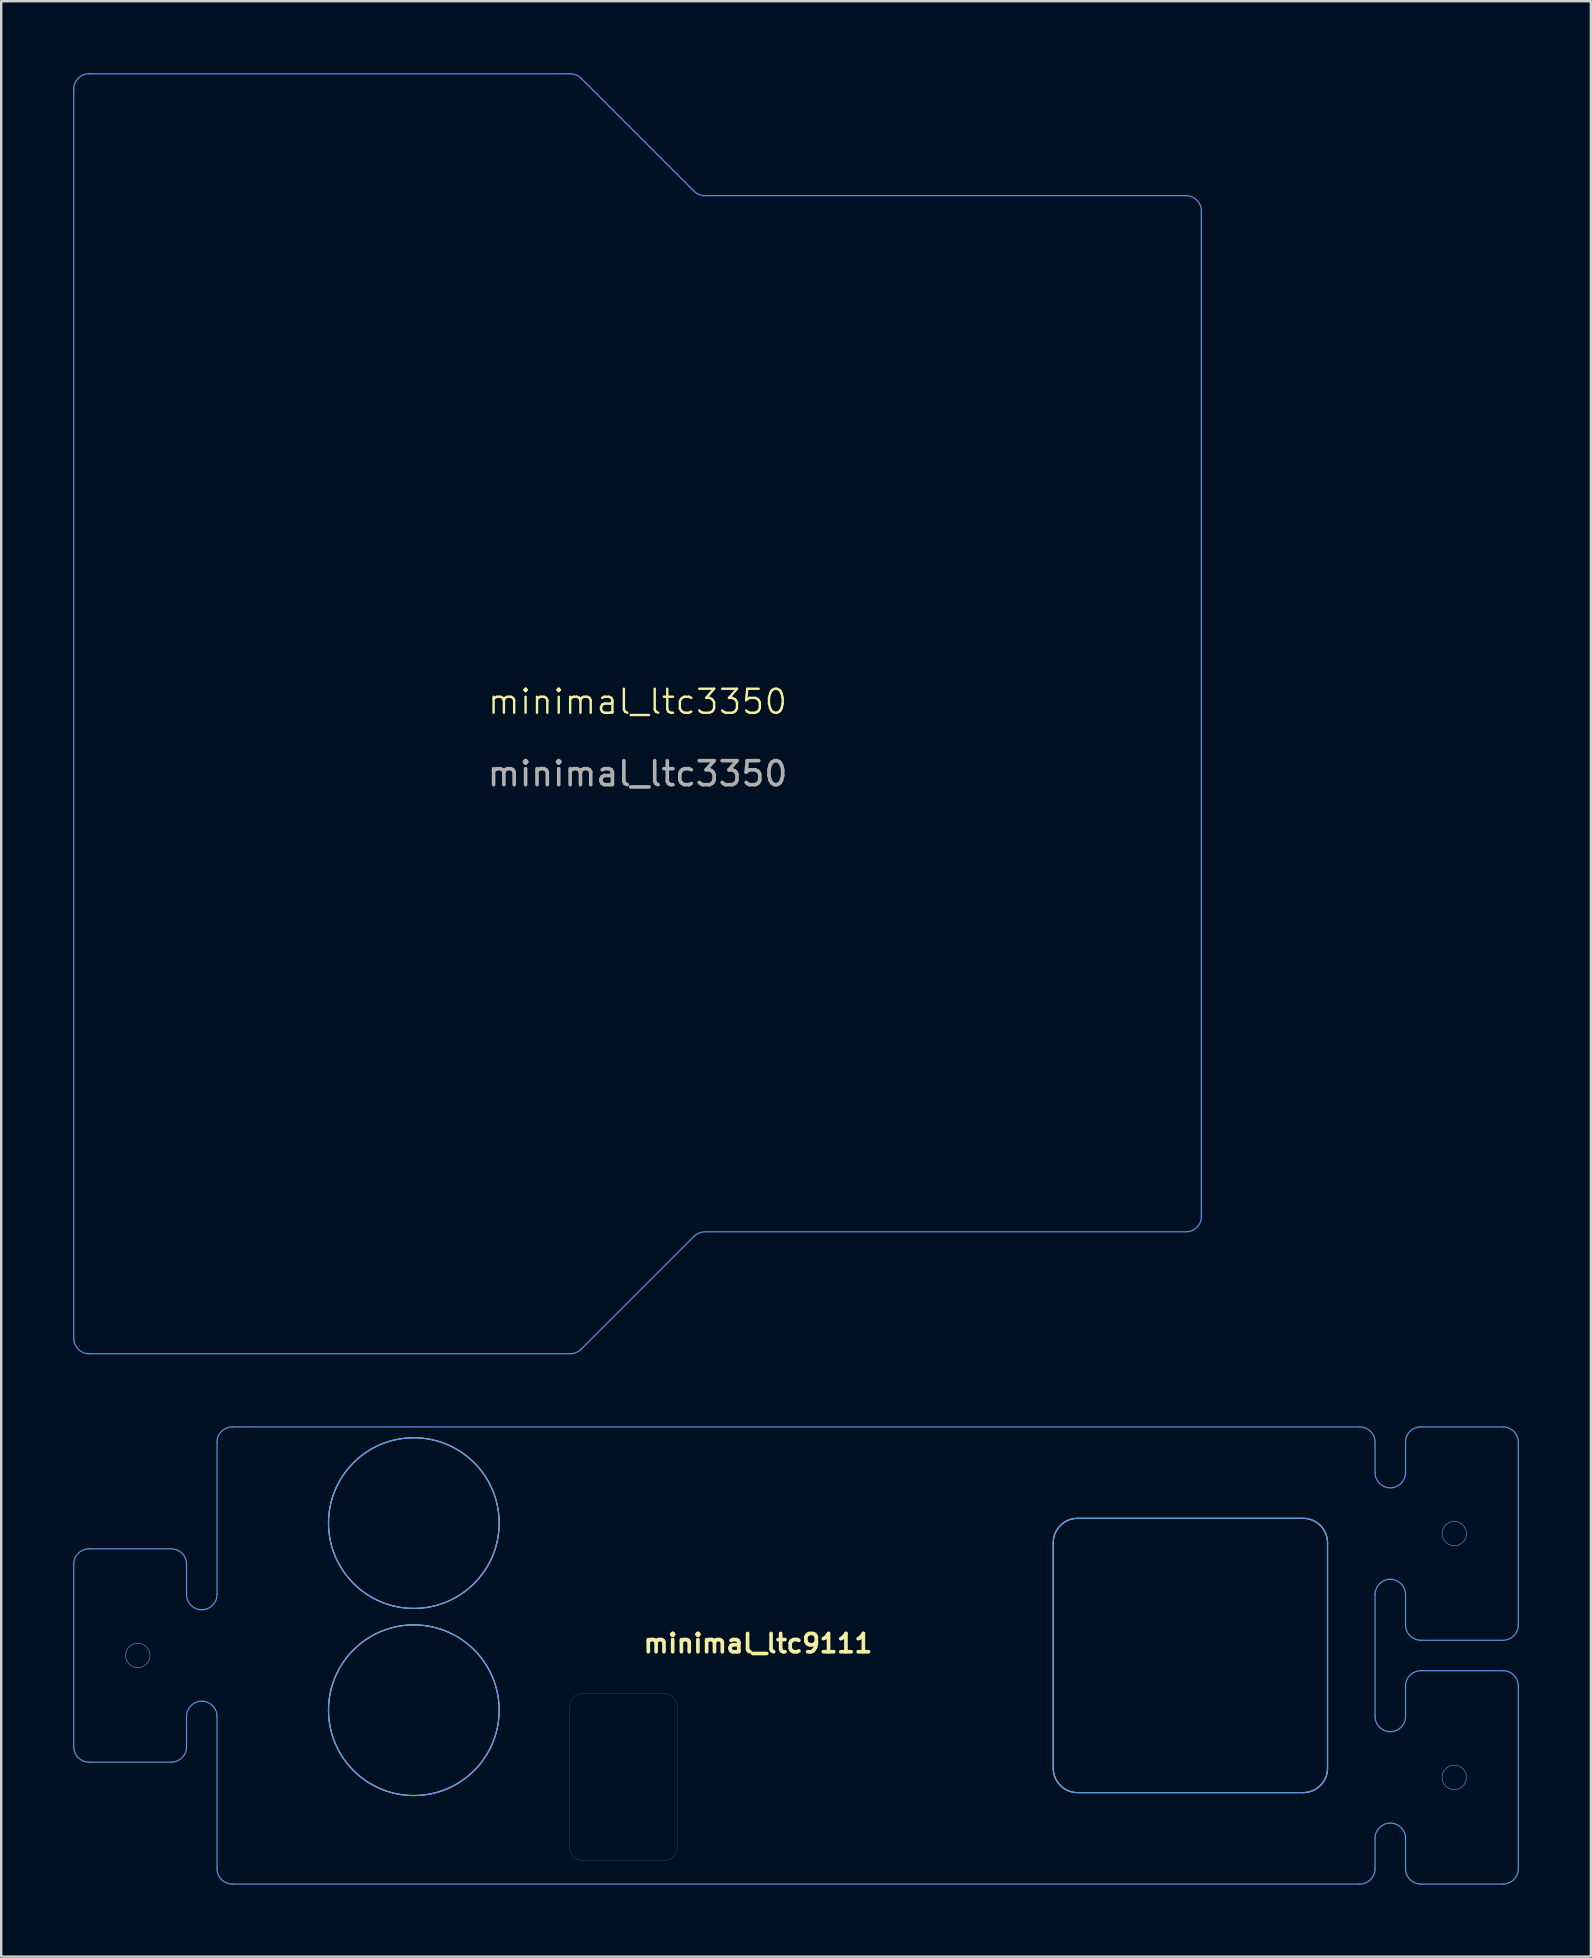
<source format=kicad_pcb>
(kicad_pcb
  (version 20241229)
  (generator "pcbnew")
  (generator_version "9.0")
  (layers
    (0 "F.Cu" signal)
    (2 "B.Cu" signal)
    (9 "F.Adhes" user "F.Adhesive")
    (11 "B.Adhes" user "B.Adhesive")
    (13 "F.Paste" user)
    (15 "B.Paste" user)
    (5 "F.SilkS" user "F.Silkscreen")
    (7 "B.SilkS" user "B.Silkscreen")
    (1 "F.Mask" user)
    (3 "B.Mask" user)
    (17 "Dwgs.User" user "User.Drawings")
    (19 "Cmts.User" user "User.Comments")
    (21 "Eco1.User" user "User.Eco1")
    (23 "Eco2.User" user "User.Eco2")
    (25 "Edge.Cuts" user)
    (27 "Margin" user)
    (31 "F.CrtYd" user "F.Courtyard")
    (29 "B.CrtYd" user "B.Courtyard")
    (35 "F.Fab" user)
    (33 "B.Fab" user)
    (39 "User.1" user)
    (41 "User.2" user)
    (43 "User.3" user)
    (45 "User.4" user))
  (footprint "minimal_ltc9111"
    (layer "F.Cu")
    (at 30.124 65.94)
    (property "Reference" "minimal_ltc9111" (at -1.585 -0.5 0) (unlocked yes) (layer "F.SilkS") (effects (font (size 0.762 0.762) (thickness 0.152) (bold yes))))
    (fp_line (start -30.099 3.81) (end -30.099 -3.81) (stroke (width 0.05) (type default)) (layer "Cmts.User"))
    (fp_line (start -29.464 -4.445) (end -26.035 -4.445) (stroke (width 0.05) (type default)) (layer "Cmts.User"))
    (fp_line (start -26.035 4.445) (end -29.464 4.445) (stroke (width 0.05) (type default)) (layer "Cmts.User"))
    (fp_line (start -25.4 -3.81) (end -25.4 -2.54) (stroke (width 0.05) (type default)) (layer "Cmts.User"))
    (fp_line (start -25.4 3.81) (end -25.4 2.54) (stroke (width 0.05) (type default)) (layer "Cmts.User"))
    (fp_line (start -24.13 -2.54) (end -24.13 -8.89) (stroke (width 0.05) (type default)) (layer "Cmts.User"))
    (fp_line (start -24.13 2.54) (end -24.13 8.89) (stroke (width 0.05) (type default)) (layer "Cmts.User"))
    (fp_line (start -23.495 -9.525) (end 23.495 -9.525) (stroke (width 0.05) (type default)) (layer "Cmts.User"))
    (fp_line (start 10.719 4.699) (end 10.719 -4.699) (stroke (width 0.05) (type default)) (layer "Cmts.User"))
    (fp_line (start 11.735 -5.715) (end 21.133 -5.715) (stroke (width 0.05) (type default)) (layer "Cmts.User"))
    (fp_line (start 21.133 5.715) (end 11.735 5.715) (stroke (width 0.05) (type default)) (layer "Cmts.User"))
    (fp_line (start 22.149 -4.699) (end 22.149 4.699) (stroke (width 0.05) (type default)) (layer "Cmts.User"))
    (fp_line (start 23.495 9.525) (end -23.495 9.525) (stroke (width 0.05) (type default)) (layer "Cmts.User"))
    (fp_line (start 24.13 -7.62) (end 24.13 -8.89) (stroke (width 0.05) (type default)) (layer "Cmts.User"))
    (fp_line (start 24.13 2.54) (end 24.13 -2.54) (stroke (width 0.05) (type default)) (layer "Cmts.User"))
    (fp_line (start 24.13 7.62) (end 24.13 8.89) (stroke (width 0.05) (type default)) (layer "Cmts.User"))
    (fp_line (start 25.4 -7.62) (end 25.4 -8.89) (stroke (width 0.05) (type default)) (layer "Cmts.User"))
    (fp_line (start 25.4 -2.54) (end 25.4 -1.27) (stroke (width 0.05) (type default)) (layer "Cmts.User"))
    (fp_line (start 25.4 1.27) (end 25.4 2.54) (stroke (width 0.05) (type default)) (layer "Cmts.User"))
    (fp_line (start 25.4 7.62) (end 25.4 8.89) (stroke (width 0.05) (type default)) (layer "Cmts.User"))
    (fp_line (start 26.035 -9.525) (end 29.464 -9.525) (stroke (width 0.05) (type default)) (layer "Cmts.User"))
    (fp_line (start 26.035 9.525) (end 29.464 9.525) (stroke (width 0.05) (type default)) (layer "Cmts.User"))
    (fp_line (start 29.464 -0.635) (end 26.035 -0.635) (stroke (width 0.05) (type default)) (layer "Cmts.User"))
    (fp_line (start 29.464 0.635) (end 26.035 0.635) (stroke (width 0.05) (type default)) (layer "Cmts.User"))
    (fp_line (start 30.099 -8.89) (end 30.099 -1.27) (stroke (width 0.05) (type default)) (layer "Cmts.User"))
    (fp_line (start 30.099 8.89) (end 30.099 1.27) (stroke (width 0.05) (type default)) (layer "Cmts.User"))
    (fp_arc (start -30.099 -3.81) (mid -29.913013 -4.259013) (end -29.464 -4.445) (stroke (width 0.05) (type default)) (layer "Cmts.User"))
    (fp_arc (start -29.464 4.445) (mid -29.913013 4.259013) (end -30.099 3.81) (stroke (width 0.05) (type default)) (layer "Cmts.User"))
    (fp_arc (start -26.035 -4.445) (mid -25.585987 -4.259013) (end -25.4 -3.81) (stroke (width 0.05) (type default)) (layer "Cmts.User"))
    (fp_arc (start -25.4 2.54) (mid -25.214013 2.090987) (end -24.765 1.905) (stroke (width 0.05) (type default)) (layer "Cmts.User"))
    (fp_arc (start -25.4 3.81) (mid -25.585987 4.259013) (end -26.035 4.445) (stroke (width 0.05) (type default)) (layer "Cmts.User"))
    (fp_arc (start -24.765 -1.905) (mid -25.214013 -2.090987) (end -25.4 -2.54) (stroke (width 0.05) (type default)) (layer "Cmts.User"))
    (fp_arc (start -24.765 1.905) (mid -24.315987 2.090987) (end -24.13 2.54) (stroke (width 0.05) (type default)) (layer "Cmts.User"))
    (fp_arc (start -24.13 -8.89) (mid -23.944013 -9.339013) (end -23.495 -9.525) (stroke (width 0.05) (type default)) (layer "Cmts.User"))
    (fp_arc (start -24.13 -2.54) (mid -24.315987 -2.090987) (end -24.765 -1.905) (stroke (width 0.05) (type default)) (layer "Cmts.User"))
    (fp_arc (start -23.495 9.525) (mid -23.944013 9.339013) (end -24.13 8.89) (stroke (width 0.05) (type default)) (layer "Cmts.User"))
    (fp_arc (start 10.7188 -4.699) (mid 11.01638 -5.41742) (end 11.7348 -5.715) (stroke (width 0.05) (type default)) (layer "Cmts.User"))
    (fp_arc (start 11.7348 5.715) (mid 11.01638 5.41742) (end 10.7188 4.699) (stroke (width 0.05) (type default)) (layer "Cmts.User"))
    (fp_arc (start 21.1328 -5.715) (mid 21.85122 -5.41742) (end 22.1488 -4.699) (stroke (width 0.05) (type default)) (layer "Cmts.User"))
    (fp_arc (start 22.1488 4.699) (mid 21.85122 5.41742) (end 21.1328 5.715) (stroke (width 0.05) (type default)) (layer "Cmts.User"))
    (fp_arc (start 23.495 -9.525) (mid 23.944013 -9.339013) (end 24.13 -8.89) (stroke (width 0.05) (type default)) (layer "Cmts.User"))
    (fp_arc (start 24.13 -2.54) (mid 24.315987 -2.989013) (end 24.765 -3.175) (stroke (width 0.05) (type default)) (layer "Cmts.User"))
    (fp_arc (start 24.13 7.62) (mid 24.315987 7.170987) (end 24.765 6.985) (stroke (width 0.05) (type default)) (layer "Cmts.User"))
    (fp_arc (start 24.13 8.89) (mid 23.944013 9.339013) (end 23.495 9.525) (stroke (width 0.05) (type default)) (layer "Cmts.User"))
    (fp_arc (start 24.765 -6.985) (mid 24.315987 -7.170987) (end 24.13 -7.62) (stroke (width 0.05) (type default)) (layer "Cmts.User"))
    (fp_arc (start 24.765 -3.175) (mid 25.214013 -2.989013) (end 25.4 -2.54) (stroke (width 0.05) (type default)) (layer "Cmts.User"))
    (fp_arc (start 24.765 3.175) (mid 24.315987 2.989013) (end 24.13 2.54) (stroke (width 0.05) (type default)) (layer "Cmts.User"))
    (fp_arc (start 24.765 6.985) (mid 25.214013 7.170987) (end 25.4 7.62) (stroke (width 0.05) (type default)) (layer "Cmts.User"))
    (fp_arc (start 25.4 -8.89) (mid 25.585987 -9.339013) (end 26.035 -9.525) (stroke (width 0.05) (type default)) (layer "Cmts.User"))
    (fp_arc (start 25.4 -7.62) (mid 25.214013 -7.170987) (end 24.765 -6.985) (stroke (width 0.05) (type default)) (layer "Cmts.User"))
    (fp_arc (start 25.4 1.27) (mid 25.585987 0.820987) (end 26.035 0.635) (stroke (width 0.05) (type default)) (layer "Cmts.User"))
    (fp_arc (start 25.4 2.54) (mid 25.214013 2.989013) (end 24.765 3.175) (stroke (width 0.05) (type default)) (layer "Cmts.User"))
    (fp_arc (start 26.035 -0.635) (mid 25.585987 -0.820987) (end 25.4 -1.27) (stroke (width 0.05) (type default)) (layer "Cmts.User"))
    (fp_arc (start 26.035 9.525) (mid 25.585987 9.339013) (end 25.4 8.89) (stroke (width 0.05) (type default)) (layer "Cmts.User"))
    (fp_arc (start 29.464 -9.525) (mid 29.913013 -9.339013) (end 30.099 -8.89) (stroke (width 0.05) (type default)) (layer "Cmts.User"))
    (fp_arc (start 29.464 0.635) (mid 29.913013 0.820987) (end 30.099 1.27) (stroke (width 0.05) (type default)) (layer "Cmts.User"))
    (fp_arc (start 30.099 -1.27) (mid 29.913013 -0.820987) (end 29.464 -0.635) (stroke (width 0.05) (type default)) (layer "Cmts.User"))
    (fp_arc (start 30.099 8.89) (mid 29.913013 9.339013) (end 29.464 9.525) (stroke (width 0.05) (type default)) (layer "Cmts.User"))
    (fp_circle (center -27.432 0) (end -26.924 0) (stroke (width 0.025) (type default)) (fill no) (layer "Cmts.User"))
    (fp_circle (center -15.928 -5.517) (end -12.372 -5.517) (stroke (width 0.05) (type default)) (fill no) (layer "Cmts.User"))
    (fp_circle (center -15.928 2.281) (end -12.372 2.281) (stroke (width 0.05) (type default)) (fill no) (layer "Cmts.User"))
    (fp_circle (center 27.432 -5.08) (end 27.94 -5.08) (stroke (width 0.025) (type default)) (fill no) (layer "Cmts.User"))
    (fp_circle (center 27.432 5.08) (end 27.94 5.08) (stroke (width 0.025) (type default)) (fill no) (layer "Cmts.User"))
    (fp_line (start 10.719 4.699) (end 10.719 -4.699) (stroke (width 0.05) (type solid)) (layer "Edge.Cuts"))
    (fp_line (start 11.735 -5.715) (end 21.133 -5.715) (stroke (width 0.05) (type solid)) (layer "Edge.Cuts"))
    (fp_line (start 21.133 5.715) (end 11.735 5.715) (stroke (width 0.05) (type solid)) (layer "Edge.Cuts"))
    (fp_line (start 22.149 -4.699) (end 22.149 4.699) (stroke (width 0.05) (type solid)) (layer "Edge.Cuts"))
    (fp_arc (start 10.7188 -4.699) (mid 11.01638 -5.41742) (end 11.7348 -5.715) (stroke (width 0.05) (type solid)) (layer "Edge.Cuts"))
    (fp_arc (start 11.7348 5.715) (mid 11.01638 5.41742) (end 10.7188 4.699) (stroke (width 0.05) (type solid)) (layer "Edge.Cuts"))
    (fp_arc (start 21.1328 -5.715) (mid 21.85122 -5.41742) (end 22.1488 -4.699) (stroke (width 0.05) (type solid)) (layer "Edge.Cuts"))
    (fp_arc (start 22.1488 4.699) (mid 21.85122 5.41742) (end 21.1328 5.715) (stroke (width 0.05) (type solid)) (layer "Edge.Cuts"))
    (fp_circle (center -15.928 -5.517) (end -12.372 -5.517) (stroke (width 0.05) (type solid)) (fill no) (layer "Edge.Cuts"))
    (fp_circle (center -15.928 2.281) (end -12.372 2.281) (stroke (width 0.05) (type solid)) (fill no) (layer "Edge.Cuts"))
    (fp_line (start -9.423 8.026) (end -9.423 2.108) (stroke (width 0.006) (type default)) (layer "B.CrtYd"))
    (fp_line (start -8.915 1.6) (end -5.461 1.6) (stroke (width 0.006) (type default)) (layer "B.CrtYd"))
    (fp_line (start -5.461 8.534) (end -8.915 8.534) (stroke (width 0.006) (type default)) (layer "B.CrtYd"))
    (fp_line (start -4.953 2.108) (end -4.953 8.026) (stroke (width 0.006) (type default)) (layer "B.CrtYd"))
    (fp_line (start 10.719 4.699) (end 10.719 -4.699) (stroke (width 0.006) (type default)) (layer "B.CrtYd"))
    (fp_line (start 11.735 -5.715) (end 21.133 -5.715) (stroke (width 0.006) (type default)) (layer "B.CrtYd"))
    (fp_line (start 21.133 5.715) (end 11.735 5.715) (stroke (width 0.006) (type default)) (layer "B.CrtYd"))
    (fp_line (start 22.149 -4.699) (end 22.149 4.699) (stroke (width 0.006) (type default)) (layer "B.CrtYd"))
    (fp_arc (start -9.4234 2.1082) (mid -9.27461 1.74899) (end -8.9154 1.6002) (stroke (width 0.00635) (type default)) (layer "B.CrtYd"))
    (fp_arc (start -8.9154 8.5344) (mid -9.27461 8.38561) (end -9.4234 8.0264) (stroke (width 0.00635) (type default)) (layer "B.CrtYd"))
    (fp_arc (start -5.461 1.6002) (mid -5.10179 1.74899) (end -4.953 2.1082) (stroke (width 0.00635) (type default)) (layer "B.CrtYd"))
    (fp_arc (start -4.953 8.0264) (mid -5.10179 8.38561) (end -5.461 8.5344) (stroke (width 0.00635) (type default)) (layer "B.CrtYd"))
    (fp_arc (start 10.7188 -4.699) (mid 11.01638 -5.41742) (end 11.7348 -5.715) (stroke (width 0.00635) (type default)) (layer "B.CrtYd"))
    (fp_arc (start 11.7348 5.715) (mid 11.01638 5.41742) (end 10.7188 4.699) (stroke (width 0.00635) (type default)) (layer "B.CrtYd"))
    (fp_arc (start 21.1328 -5.715) (mid 21.85122 -5.41742) (end 22.1488 -4.699) (stroke (width 0.00635) (type default)) (layer "B.CrtYd"))
    (fp_arc (start 22.1488 4.699) (mid 21.85122 5.41742) (end 21.1328 5.715) (stroke (width 0.00635) (type default)) (layer "B.CrtYd"))
    (fp_circle (center -15.928 -5.517) (end -12.372 -5.517) (stroke (width 0.006) (type default)) (fill no) (layer "B.CrtYd"))
    (fp_circle (center -15.928 2.281) (end -12.372 2.281) (stroke (width 0.006) (type default)) (fill no) (layer "B.CrtYd"))
    (fp_line (start 10.719 4.699) (end 10.719 -4.699) (stroke (width 0.006) (type default)) (layer "F.CrtYd"))
    (fp_line (start 11.735 -5.715) (end 21.133 -5.715) (stroke (width 0.006) (type default)) (layer "F.CrtYd"))
    (fp_line (start 21.133 5.715) (end 11.735 5.715) (stroke (width 0.006) (type default)) (layer "F.CrtYd"))
    (fp_line (start 22.149 -4.699) (end 22.149 4.699) (stroke (width 0.006) (type default)) (layer "F.CrtYd"))
    (fp_arc (start 10.7188 -4.699) (mid 11.01638 -5.41742) (end 11.7348 -5.715) (stroke (width 0.00635) (type default)) (layer "F.CrtYd"))
    (fp_arc (start 11.7348 5.715) (mid 11.01638 5.41742) (end 10.7188 4.699) (stroke (width 0.00635) (type default)) (layer "F.CrtYd"))
    (fp_arc (start 21.1328 -5.715) (mid 21.85122 -5.41742) (end 22.1488 -4.699) (stroke (width 0.00635) (type default)) (layer "F.CrtYd"))
    (fp_arc (start 22.1488 4.699) (mid 21.85122 5.41742) (end 21.1328 5.715) (stroke (width 0.00635) (type default)) (layer "F.CrtYd"))
    (fp_circle (center -15.928 -5.517) (end -12.372 -5.517) (stroke (width 0.006) (type default)) (fill no) (layer "F.CrtYd"))
    (fp_circle (center -15.928 2.281) (end -12.372 2.281) (stroke (width 0.006) (type default)) (fill no) (layer "F.CrtYd")))
  (footprint "minimal_ltc3350"
    (layer "F.Cu")
    (at 23.52 26.695)
    (property "Reference" "minimal_ltc3350" (at 0 -0.5 0) (unlocked yes) (layer "F.SilkS") (effects (font (size 1 1) (thickness 0.1))))
    (fp_line (start -23.495 26.035) (end -23.495 -26.035) (stroke (width 0.05) (type default)) (layer "Cmts.User"))
    (fp_line (start -22.86 -26.67) (end -2.803 -26.67) (stroke (width 0.05) (type default)) (layer "Cmts.User"))
    (fp_line (start -2.803 26.67) (end -22.86 26.67) (stroke (width 0.05) (type default)) (layer "Cmts.User"))
    (fp_line (start 2.354 -21.776) (end -2.354 -26.484) (stroke (width 0.05) (type default)) (layer "Cmts.User"))
    (fp_line (start 2.354 21.776) (end -2.354 26.484) (stroke (width 0.05) (type default)) (layer "Cmts.User"))
    (fp_line (start 22.86 -21.59) (end 2.803 -21.59) (stroke (width 0.05) (type default)) (layer "Cmts.User"))
    (fp_line (start 22.86 21.59) (end 2.803 21.59) (stroke (width 0.05) (type default)) (layer "Cmts.User"))
    (fp_line (start 23.495 -20.955) (end 23.495 20.955) (stroke (width 0.05) (type solid)) (layer "Cmts.User"))
    (fp_arc (start -23.495 -26.035) (mid -23.309013 -26.484013) (end -22.86 -26.67) (stroke (width 0.05) (type default)) (layer "Cmts.User"))
    (fp_arc (start -22.86 26.67) (mid -23.309013 26.484013) (end -23.495 26.035) (stroke (width 0.05) (type default)) (layer "Cmts.User"))
    (fp_arc (start -2.803026 -26.67) (mid -2.560017 -26.621672) (end -2.354013 -26.484013) (stroke (width 0.05) (type default)) (layer "Cmts.User"))
    (fp_arc (start -2.354013 26.484013) (mid -2.560023 26.621655) (end -2.803026 26.67) (stroke (width 0.05) (type default)) (layer "Cmts.User"))
    (fp_arc (start 2.354013 21.775987) (mid 2.560023 21.638345) (end 2.803026 21.59) (stroke (width 0.05) (type default)) (layer "Cmts.User"))
    (fp_arc (start 2.803026 -21.59) (mid 2.560022 -21.638336) (end 2.354013 -21.775987) (stroke (width 0.05) (type default)) (layer "Cmts.User"))
    (fp_arc (start 22.86 -21.59) (mid 23.309013 -21.404013) (end 23.495 -20.955) (stroke (width 0.05) (type default)) (layer "Cmts.User"))
    (fp_arc (start 23.495 20.955) (mid 23.309013 21.404013) (end 22.86 21.59) (stroke (width 0.05) (type default)) (layer "Cmts.User"))
    (fp_text user "${REFERENCE}" (at 0 2.5 0) (unlocked yes) (layer "F.Fab") (effects (font (size 1 1) (thickness 0.15)))))
  (gr_rect
    (start -3 -3)
    (end 63.248 78.49)
    (stroke (width 0.1) (type default))
    (fill no)
    (layer "Edge.Cuts")))
</source>
